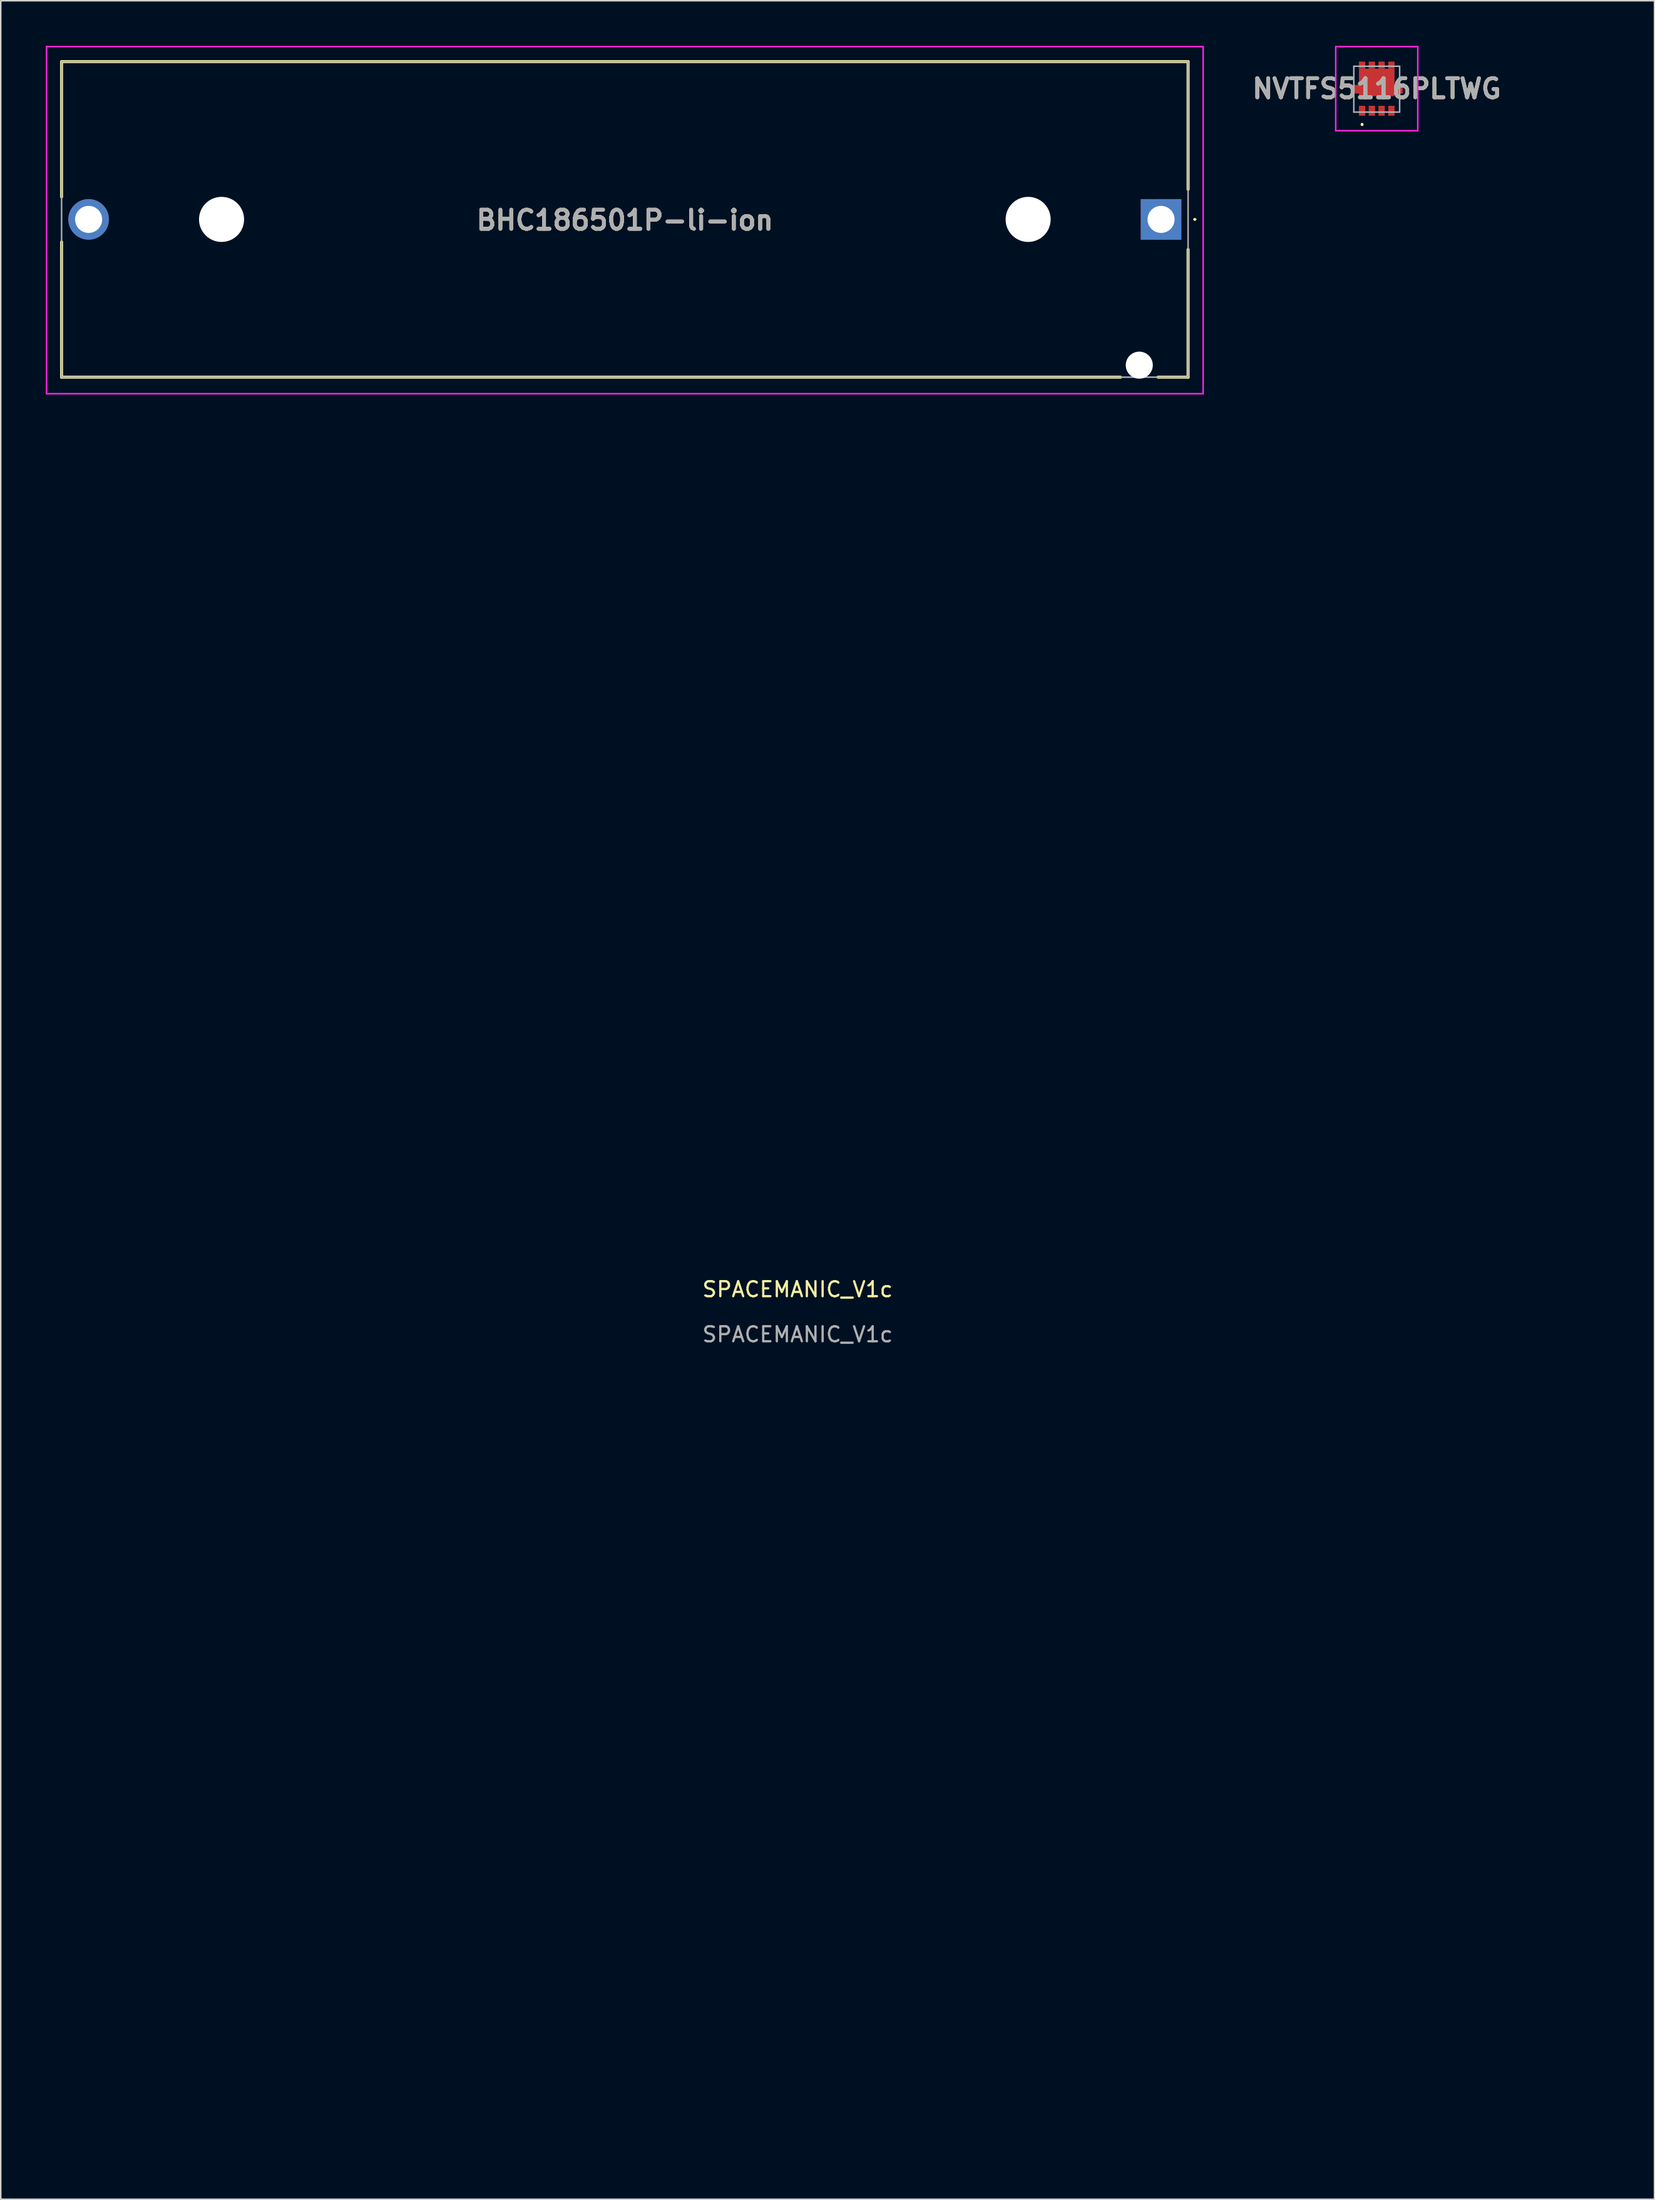
<source format=kicad_pcb>
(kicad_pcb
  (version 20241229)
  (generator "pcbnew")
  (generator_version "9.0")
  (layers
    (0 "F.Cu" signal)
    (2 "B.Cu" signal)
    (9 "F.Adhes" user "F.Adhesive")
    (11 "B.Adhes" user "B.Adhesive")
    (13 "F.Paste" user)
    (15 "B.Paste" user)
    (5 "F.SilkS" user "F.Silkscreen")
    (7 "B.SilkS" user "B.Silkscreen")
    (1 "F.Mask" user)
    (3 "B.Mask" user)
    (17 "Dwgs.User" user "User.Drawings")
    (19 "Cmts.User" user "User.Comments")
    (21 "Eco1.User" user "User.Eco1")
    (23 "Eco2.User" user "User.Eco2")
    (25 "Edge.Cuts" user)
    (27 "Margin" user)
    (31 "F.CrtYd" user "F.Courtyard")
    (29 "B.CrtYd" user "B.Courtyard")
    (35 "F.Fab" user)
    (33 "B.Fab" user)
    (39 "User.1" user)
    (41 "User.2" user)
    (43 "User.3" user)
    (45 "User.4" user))
  (footprint "NVTFS5116PLTWG"
    (layer "F.Cu")
    (at 88.609 2.885)
    (property "Reference" "NVTFS5116PLTWG" (at 0 -0.035 0) (layer "F.SilkS") (effects (font (size 1.27 1.27) (thickness 0.254))))
    (attr smd)
    (fp_line (start -0.975 2.3) (end -0.975 2.3) (stroke (width 0.1) (type solid)) (layer "F.SilkS"))
    (fp_line (start -0.975 2.4) (end -0.975 2.4) (stroke (width 0.1) (type solid)) (layer "F.SilkS"))
    (fp_arc (start -0.975 2.3) (mid -0.925 2.35) (end -0.975 2.4) (stroke (width 0.1) (type solid)) (layer "F.SilkS"))
    (fp_arc (start -0.975 2.4) (mid -1.025 2.35) (end -0.975 2.3) (stroke (width 0.1) (type solid)) (layer "F.SilkS"))
    (fp_line (start -2.731 -2.835) (end 2.731 -2.835) (stroke (width 0.1) (type solid)) (layer "F.CrtYd"))
    (fp_line (start -2.731 2.765) (end -2.731 -2.835) (stroke (width 0.1) (type solid)) (layer "F.CrtYd"))
    (fp_line (start 2.731 -2.835) (end 2.731 2.765) (stroke (width 0.1) (type solid)) (layer "F.CrtYd"))
    (fp_line (start 2.731 2.765) (end -2.731 2.765) (stroke (width 0.1) (type solid)) (layer "F.CrtYd"))
    (fp_line (start -1.525 -1.525) (end 1.525 -1.525) (stroke (width 0.1) (type solid)) (layer "F.Fab"))
    (fp_line (start -1.525 1.525) (end -1.525 -1.525) (stroke (width 0.1) (type solid)) (layer "F.Fab"))
    (fp_line (start 1.525 -1.525) (end 1.525 1.525) (stroke (width 0.1) (type solid)) (layer "F.Fab"))
    (fp_line (start 1.525 1.525) (end -1.525 1.525) (stroke (width 0.1) (type solid)) (layer "F.Fab"))
    (fp_text user "${REFERENCE}" (at 0 -0.035 0) (layer "F.Fab") (effects (font (size 1.27 1.27) (thickness 0.254))))
    (pad "1" smd rect (at -1.458 0) (size 0.545 0.57) (layers "F.Cu" "F.Mask" "F.Paste"))
    (pad "1" smd rect (at -0.975 -1.6) (size 0.42 0.47) (layers "F.Cu" "F.Mask" "F.Paste"))
    (pad "1" smd rect (at -0.325 -1.6) (size 0.42 0.47) (layers "F.Cu" "F.Mask" "F.Paste"))
    (pad "1" smd rect (at 0 -0.45 90) (size 1.83 2.37) (layers "F.Cu" "F.Mask" "F.Paste"))
    (pad "1" smd rect (at 0.325 -1.6) (size 0.42 0.47) (layers "F.Cu" "F.Mask" "F.Paste"))
    (pad "1" smd rect (at 0.975 -1.6) (size 0.42 0.47) (layers "F.Cu" "F.Mask" "F.Paste"))
    (pad "1" smd rect (at 1.458 0) (size 0.545 0.57) (layers "F.Cu" "F.Mask" "F.Paste"))
    (pad "2" smd rect (at 0.975 1.435) (size 0.42 0.66) (layers "F.Cu" "F.Mask" "F.Paste"))
    (pad "3" smd rect (at -0.975 1.435) (size 0.42 0.66) (layers "F.Cu" "F.Mask" "F.Paste"))
    (pad "3" smd rect (at -0.325 1.435) (size 0.42 0.66) (layers "F.Cu" "F.Mask" "F.Paste"))
    (pad "3" smd rect (at 0.325 1.435) (size 0.42 0.66) (layers "F.Cu" "F.Mask" "F.Paste")))
  (footprint "SPACEMANIC_V1c"
    (layer "F.Cu")
    (at 50.05 83.25)
    (property "Reference" "SPACEMANIC_V1c" (at 0 -0.5 0) (unlocked yes) (layer "F.SilkS") (effects (font (size 1 1) (thickness 0.15))))
    (attr through_hole)
    (fp_line (start -50 0) (end 54 0) (stroke (width 0.1) (type dash_dot)) (layer "User.1"))
    (fp_line (start -45.1 -48) (end -45.6 -48) (stroke (width 0.1) (type dash_dot)) (layer "User.1"))
    (fp_line (start -45.1 -48) (end -45.1 -47.5) (stroke (width 0.1) (type dash_dot)) (layer "User.1"))
    (fp_line (start -45.1 48) (end -45.6 48) (stroke (width 0.1) (type dash_dot)) (layer "User.1"))
    (fp_line (start -45.1 48) (end -45.1 48.5) (stroke (width 0.1) (type dash_dot)) (layer "User.1"))
    (fp_line (start -45 45.9) (end -45 -45.9) (stroke (width 0.1) (type dash_dot_dot)) (layer "User.1"))
    (fp_line (start -44.6 -48) (end -45.1 -48) (stroke (width 0.1) (type dash_dot)) (layer "User.1"))
    (fp_line (start -44.6 48) (end -45.1 48) (stroke (width 0.1) (type dash_dot)) (layer "User.1"))
    (fp_line (start -43 -47.9) (end 43 -47.9) (stroke (width 0.1) (type dash_dot_dot)) (layer "User.1"))
    (fp_line (start -43 -39.6) (end -43.5 -39.6) (stroke (width 0.1) (type dash_dot)) (layer "User.1"))
    (fp_line (start -43 -39.6) (end -43 -39.1) (stroke (width 0.1) (type dash_dot)) (layer "User.1"))
    (fp_line (start -43 39.6) (end -43.5 39.6) (stroke (width 0.1) (type dash_dot)) (layer "User.1"))
    (fp_line (start -43 39.6) (end -43 40.1) (stroke (width 0.1) (type dash_dot)) (layer "User.1"))
    (fp_line (start -42.5 -39.6) (end -43 -39.6) (stroke (width 0.1) (type dash_dot)) (layer "User.1"))
    (fp_line (start -42.5 39.6) (end -43 39.6) (stroke (width 0.1) (type dash_dot)) (layer "User.1"))
    (fp_line (start -40.005 42.865) (end -43.255 42.865) (stroke (width 0.1) (type dash_dot)) (layer "User.1"))
    (fp_line (start -40.005 42.865) (end -40.005 39.615) (stroke (width 0.1) (type dash_dot)) (layer "User.1"))
    (fp_line (start -40.005 42.865) (end -40.005 46.115) (stroke (width 0.1) (type dash_dot)) (layer "User.1"))
    (fp_line (start -40.005 42.865) (end -36.755 42.865) (stroke (width 0.1) (type dash_dot)) (layer "User.1"))
    (fp_line (start -36.7 39.6) (end -37.2 39.6) (stroke (width 0.1) (type dash_dot)) (layer "User.1"))
    (fp_line (start -36.7 39.6) (end -36.7 40.1) (stroke (width 0.1) (type dash_dot)) (layer "User.1"))
    (fp_line (start -36.7 45.9) (end -37.2 45.9) (stroke (width 0.1) (type dash_dot)) (layer "User.1"))
    (fp_line (start -36.7 45.9) (end -36.7 46.4) (stroke (width 0.1) (type dash_dot)) (layer "User.1"))
    (fp_line (start -36.2 39.6) (end -36.7 39.6) (stroke (width 0.1) (type dash_dot)) (layer "User.1"))
    (fp_line (start -36.2 45.9) (end -36.7 45.9) (stroke (width 0.1) (type dash_dot)) (layer "User.1"))
    (fp_line (start -36.11 -42.865) (end -39.36 -42.865) (stroke (width 0.1) (type dash_dot)) (layer "User.1"))
    (fp_line (start -36.11 -42.865) (end -36.11 -46.115) (stroke (width 0.1) (type dash_dot)) (layer "User.1"))
    (fp_line (start -36.11 -42.865) (end -36.11 -39.615) (stroke (width 0.1) (type dash_dot)) (layer "User.1"))
    (fp_line (start -36.11 -42.865) (end -32.86 -42.865) (stroke (width 0.1) (type dash_dot)) (layer "User.1"))
    (fp_line (start -32.8 -45.9) (end -33.3 -45.9) (stroke (width 0.1) (type dash_dot)) (layer "User.1"))
    (fp_line (start -32.8 -45.9) (end -32.8 -45.4) (stroke (width 0.1) (type dash_dot)) (layer "User.1"))
    (fp_line (start -32.8 -39.6) (end -33.3 -39.6) (stroke (width 0.1) (type dash_dot)) (layer "User.1"))
    (fp_line (start -32.8 -39.6) (end -32.8 -39.1) (stroke (width 0.1) (type dash_dot)) (layer "User.1"))
    (fp_line (start -32.3 -45.9) (end -32.8 -45.9) (stroke (width 0.1) (type dash_dot)) (layer "User.1"))
    (fp_line (start -32.3 -39.6) (end -32.8 -39.6) (stroke (width 0.1) (type dash_dot)) (layer "User.1"))
    (fp_line (start 0 57) (end 0 -57) (stroke (width 0.1) (type dash_dot)) (layer "User.1"))
    (fp_line (start 0.115 -41.575) (end 0.615 -41.575) (stroke (width 0.1) (type dash_dot)) (layer "User.1"))
    (fp_line (start 0.615 -41.575) (end 0.615 -42.075) (stroke (width 0.1) (type dash_dot)) (layer "User.1"))
    (fp_line (start 0.615 -41.575) (end 0.615 -36.365) (stroke (width 0.1) (type dash_dot)) (layer "User.1"))
    (fp_line (start 0.615 -41.575) (end 1.115 -41.575) (stroke (width 0.1) (type dash_dot)) (layer "User.1"))
    (fp_line (start 0.615 -36.365) (end 0.115 -36.365) (stroke (width 0.1) (type dash_dot)) (layer "User.1"))
    (fp_line (start 0.615 -36.365) (end 0.615 -35.865) (stroke (width 0.1) (type dash_dot)) (layer "User.1"))
    (fp_line (start 1.115 -36.365) (end 0.615 -36.365) (stroke (width 0.1) (type dash_dot)) (layer "User.1"))
    (fp_line (start 34.2 -45.9) (end 33.7 -45.9) (stroke (width 0.1) (type dash_dot)) (layer "User.1"))
    (fp_line (start 34.2 -45.9) (end 34.2 -45.4) (stroke (width 0.1) (type dash_dot)) (layer "User.1"))
    (fp_line (start 34.2 -39.6) (end 33.7 -39.6) (stroke (width 0.1) (type dash_dot)) (layer "User.1"))
    (fp_line (start 34.2 -39.6) (end 34.2 -39.1) (stroke (width 0.1) (type dash_dot)) (layer "User.1"))
    (fp_line (start 34.7 -45.9) (end 34.2 -45.9) (stroke (width 0.1) (type dash_dot)) (layer "User.1"))
    (fp_line (start 34.7 -39.6) (end 34.2 -39.6) (stroke (width 0.1) (type dash_dot)) (layer "User.1"))
    (fp_line (start 36.7 39.6) (end 36.2 39.6) (stroke (width 0.1) (type dash_dot)) (layer "User.1"))
    (fp_line (start 36.7 39.6) (end 36.7 40.1) (stroke (width 0.1) (type dash_dot)) (layer "User.1"))
    (fp_line (start 36.7 45.9) (end 36.2 45.9) (stroke (width 0.1) (type dash_dot)) (layer "User.1"))
    (fp_line (start 36.7 45.9) (end 36.7 46.4) (stroke (width 0.1) (type dash_dot)) (layer "User.1"))
    (fp_line (start 37.2 39.6) (end 36.7 39.6) (stroke (width 0.1) (type dash_dot)) (layer "User.1"))
    (fp_line (start 37.2 45.9) (end 36.7 45.9) (stroke (width 0.1) (type dash_dot)) (layer "User.1"))
    (fp_line (start 37.48 -42.85) (end 34.23 -42.85) (stroke (width 0.1) (type dash_dot)) (layer "User.1"))
    (fp_line (start 37.48 -42.85) (end 37.48 -46.1) (stroke (width 0.1) (type dash_dot)) (layer "User.1"))
    (fp_line (start 37.48 -42.85) (end 37.48 -39.6) (stroke (width 0.1) (type dash_dot)) (layer "User.1"))
    (fp_line (start 37.48 -42.85) (end 40.73 -42.85) (stroke (width 0.1) (type dash_dot)) (layer "User.1"))
    (fp_line (start 40.005 42.865) (end 36.755 42.865) (stroke (width 0.1) (type dash_dot)) (layer "User.1"))
    (fp_line (start 40.005 42.865) (end 40.005 39.615) (stroke (width 0.1) (type dash_dot)) (layer "User.1"))
    (fp_line (start 40.005 42.865) (end 40.005 46.115) (stroke (width 0.1) (type dash_dot)) (layer "User.1"))
    (fp_line (start 40.005 42.865) (end 43.255 42.865) (stroke (width 0.1) (type dash_dot)) (layer "User.1"))
    (fp_line (start 43 -39.6) (end 42.5 -39.6) (stroke (width 0.1) (type dash_dot)) (layer "User.1"))
    (fp_line (start 43 -39.6) (end 43 -39.1) (stroke (width 0.1) (type dash_dot)) (layer "User.1"))
    (fp_line (start 43 39.6) (end 42.5 39.6) (stroke (width 0.1) (type dash_dot)) (layer "User.1"))
    (fp_line (start 43 39.6) (end 43 40.1) (stroke (width 0.1) (type dash_dot)) (layer "User.1"))
    (fp_line (start 43 47.9) (end -43 47.9) (stroke (width 0.1) (type dash_dot_dot)) (layer "User.1"))
    (fp_line (start 43.5 -39.6) (end 43 -39.6) (stroke (width 0.1) (type dash_dot)) (layer "User.1"))
    (fp_line (start 43.5 39.6) (end 43 39.6) (stroke (width 0.1) (type dash_dot)) (layer "User.1"))
    (fp_line (start 45 -45.9) (end 45 45.9) (stroke (width 0.1) (type dash_dot_dot)) (layer "User.1"))
    (fp_line (start 45.1 -48) (end 44.6 -48) (stroke (width 0.1) (type dash_dot)) (layer "User.1"))
    (fp_line (start 45.1 -48) (end 45.1 -47.5) (stroke (width 0.1) (type dash_dot)) (layer "User.1"))
    (fp_line (start 45.1 48) (end 44.6 48) (stroke (width 0.1) (type dash_dot)) (layer "User.1"))
    (fp_line (start 45.1 48) (end 45.1 48.5) (stroke (width 0.1) (type dash_dot)) (layer "User.1"))
    (fp_line (start 45.6 -48) (end 45.1 -48) (stroke (width 0.1) (type dash_dot)) (layer "User.1"))
    (fp_line (start 45.6 48) (end 45.1 48) (stroke (width 0.1) (type dash_dot)) (layer "User.1"))
    (fp_arc (start -45 -45.9) (mid -44.414214 -47.314214) (end -43 -47.9) (stroke (width 0.1) (type dash_dot_dot)) (layer "User.1"))
    (fp_arc (start -43 47.9) (mid -44.414214 47.314214) (end -45 45.9) (stroke (width 0.1) (type dash_dot_dot)) (layer "User.1"))
    (fp_arc (start 43 -47.9) (mid 44.414214 -47.314214) (end 45 -45.9) (stroke (width 0.1) (type dash_dot_dot)) (layer "User.1"))
    (fp_arc (start 45 45.9) (mid 44.414214 47.314214) (end 43 47.9) (stroke (width 0.1) (type dash_dot_dot)) (layer "User.1"))
    (fp_text user "${REFERENCE}" (at 0 2.5 0) (unlocked yes) (layer "F.Fab") (effects (font (size 1 1) (thickness 0.15)))))
  (footprint "BHC186501P-li-ion"
    (layer "F.Cu")
    (at 74.25 11.55)
    (property "Reference" "BHC186501P-li-ion" (at -35.7 0.05 0) (layer "F.SilkS") (effects (font (size 1.27 1.27) (thickness 0.254))))
    (attr through_hole)
    (fp_line (start -73.2 -10.5) (end -73.2 -1.5) (stroke (width 0.2) (type solid)) (layer "F.SilkS"))
    (fp_line (start -73.2 1.5) (end -73.2 10.5) (stroke (width 0.2) (type solid)) (layer "F.SilkS"))
    (fp_line (start -73.2 10.5) (end -2.7 10.5) (stroke (width 0.2) (type solid)) (layer "F.SilkS"))
    (fp_line (start -0.2 10.5) (end 1.8 10.5) (stroke (width 0.2) (type solid)) (layer "F.SilkS"))
    (fp_line (start 1.8 -10.5) (end -73.2 -10.5) (stroke (width 0.2) (type solid)) (layer "F.SilkS"))
    (fp_line (start 1.8 -2) (end 1.8 -10.5) (stroke (width 0.2) (type solid)) (layer "F.SilkS"))
    (fp_line (start 1.8 10.5) (end 1.8 2) (stroke (width 0.2) (type solid)) (layer "F.SilkS"))
    (fp_line (start 2.2 0) (end 2.2 0) (stroke (width 0.1) (type solid)) (layer "F.SilkS"))
    (fp_line (start 2.3 0) (end 2.3 0) (stroke (width 0.1) (type solid)) (layer "F.SilkS"))
    (fp_arc (start 2.2 0) (mid 2.25 -0.05) (end 2.3 0) (stroke (width 0.1) (type solid)) (layer "F.SilkS"))
    (fp_arc (start 2.3 0) (mid 2.25 0.05) (end 2.2 0) (stroke (width 0.1) (type solid)) (layer "F.SilkS"))
    (fp_line (start -74.2 -11.5) (end 2.8 -11.5) (stroke (width 0.1) (type solid)) (layer "F.CrtYd"))
    (fp_line (start -74.2 11.6) (end -74.2 -11.5) (stroke (width 0.1) (type solid)) (layer "F.CrtYd"))
    (fp_line (start 2.8 -11.5) (end 2.8 11.6) (stroke (width 0.1) (type solid)) (layer "F.CrtYd"))
    (fp_line (start 2.8 11.6) (end -74.2 11.6) (stroke (width 0.1) (type solid)) (layer "F.CrtYd"))
    (fp_line (start -73.2 -10.5) (end 1.8 -10.5) (stroke (width 0.1) (type solid)) (layer "F.Fab"))
    (fp_line (start -73.2 10.5) (end -73.2 -10.5) (stroke (width 0.1) (type solid)) (layer "F.Fab"))
    (fp_line (start 1.8 -10.5) (end 1.8 10.5) (stroke (width 0.1) (type solid)) (layer "F.Fab"))
    (fp_line (start 1.8 10.5) (end -73.2 10.5) (stroke (width 0.1) (type solid)) (layer "F.Fab"))
    (fp_text user "${REFERENCE}" (at -35.7 0.05 0) (layer "F.Fab") (effects (font (size 1.27 1.27) (thickness 0.254))))
    (pad "" np_thru_hole circle (at -62.55 0) (size 3 3) (drill 3) (layers "*.Cu" "*.Mask"))
    (pad "" np_thru_hole circle (at -8.85 0) (size 3 3) (drill 3) (layers "*.Cu" "*.Mask"))
    (pad "" np_thru_hole circle (at -1.45 9.7) (size 1.8 1.8) (drill 1.8) (layers "*.Cu" "*.Mask"))
    (pad "1" thru_hole rect (at 0 0) (size 2.7 2.7) (drill 1.8) (layers "*.Cu" "*.Mask"))
    (pad "2" thru_hole circle (at -71.4 0) (size 2.7 2.7) (drill 1.8) (layers "*.Cu" "*.Mask")))
  (gr_rect
    (start -3 -3)
    (end 107.1 143.3)
    (stroke (width 0.1) (type default))
    (fill no)
    (layer "Edge.Cuts")))
</source>
